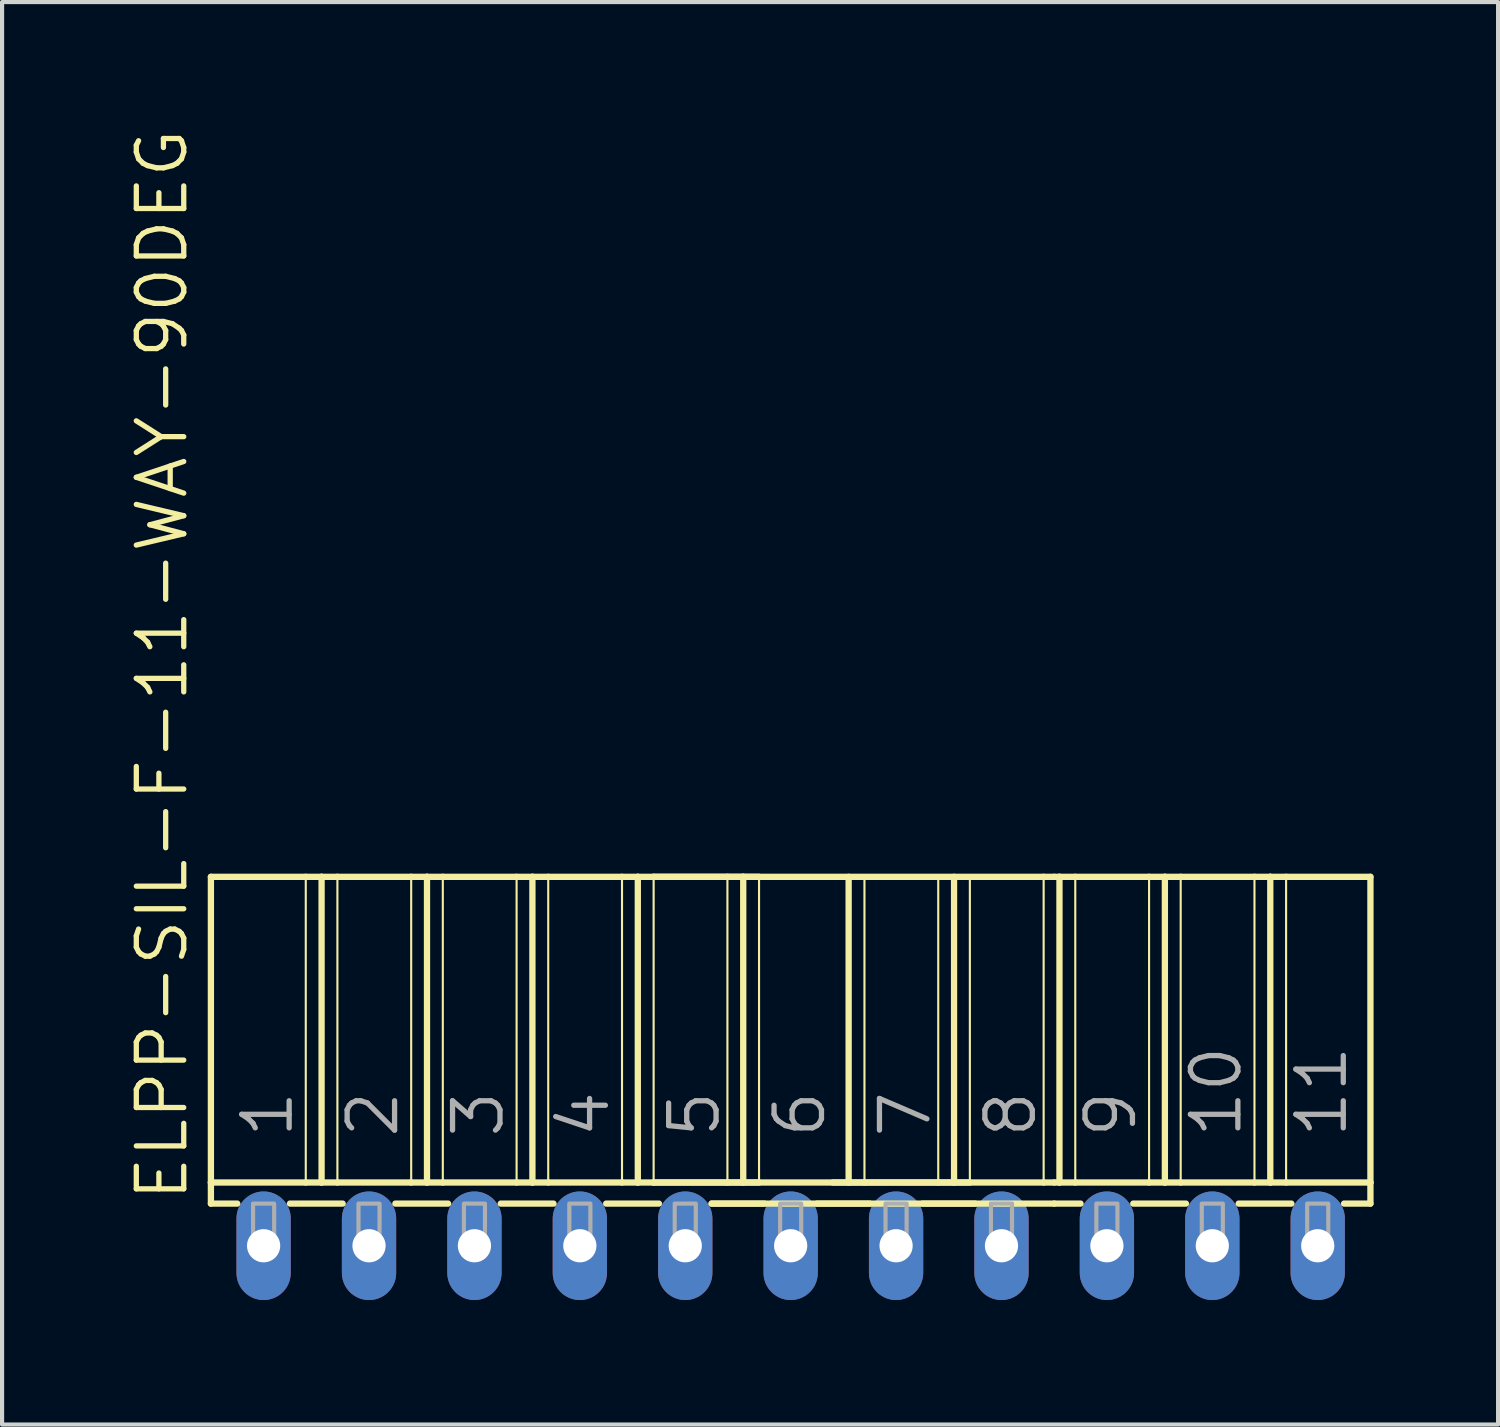
<source format=kicad_pcb>
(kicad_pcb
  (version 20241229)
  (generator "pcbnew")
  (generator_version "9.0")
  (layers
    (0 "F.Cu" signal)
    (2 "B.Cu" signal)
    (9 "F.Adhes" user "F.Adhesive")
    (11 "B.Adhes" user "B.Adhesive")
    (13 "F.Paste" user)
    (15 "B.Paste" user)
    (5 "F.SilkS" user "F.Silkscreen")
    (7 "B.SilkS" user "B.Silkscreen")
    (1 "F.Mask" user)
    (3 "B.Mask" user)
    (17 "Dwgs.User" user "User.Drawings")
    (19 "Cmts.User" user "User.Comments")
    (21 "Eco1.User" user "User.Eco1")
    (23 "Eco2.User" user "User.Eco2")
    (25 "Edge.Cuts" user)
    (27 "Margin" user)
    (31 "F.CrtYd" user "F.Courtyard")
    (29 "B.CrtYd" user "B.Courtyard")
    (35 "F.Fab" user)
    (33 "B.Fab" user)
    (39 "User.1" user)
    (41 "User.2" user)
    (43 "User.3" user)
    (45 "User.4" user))
  (footprint "ELPP-SIL-F-11-WAY-90DEG"
    (layer "F.Cu")
    (at 16.002 26.968)
    (property "Reference" "ELPP-SIL-F-11-WAY-90DEG" (at -14.478 -1.016 90) (unlocked yes) (layer "F.SilkS") (effects (font (size 1.143 1.143) (thickness 0.127)) (justify left bottom)))
    (fp_line (start -13.97 -8.89) (end -11.684 -8.89) (stroke (width 0.152) (type solid)) (layer "F.SilkS"))
    (fp_line (start -13.97 -1.524) (end -13.97 -8.89) (stroke (width 0.152) (type solid)) (layer "F.SilkS"))
    (fp_line (start -13.97 -1.524) (end -11.684 -1.524) (stroke (width 0.152) (type solid)) (layer "F.SilkS"))
    (fp_line (start -13.97 -1.016) (end -13.97 -1.524) (stroke (width 0.152) (type solid)) (layer "F.SilkS"))
    (fp_line (start -13.97 -1.016) (end -13.335 -1.016) (stroke (width 0.152) (type solid)) (layer "F.SilkS"))
    (fp_line (start -12.065 -1.016) (end -10.795 -1.016) (stroke (width 0.152) (type solid)) (layer "F.SilkS"))
    (fp_line (start -11.684 -8.89) (end -11.684 -1.524) (stroke (width 0.051) (type solid)) (layer "F.SilkS"))
    (fp_line (start -11.684 -8.89) (end -11.303 -8.89) (stroke (width 0.152) (type solid)) (layer "F.SilkS"))
    (fp_line (start -11.684 -1.524) (end -11.303 -1.524) (stroke (width 0.152) (type solid)) (layer "F.SilkS"))
    (fp_line (start -11.303 -8.89) (end -11.303 -1.524) (stroke (width 0.152) (type solid)) (layer "F.SilkS"))
    (fp_line (start -11.303 -8.89) (end -10.922 -8.89) (stroke (width 0.152) (type solid)) (layer "F.SilkS"))
    (fp_line (start -11.303 -1.524) (end -10.922 -1.524) (stroke (width 0.152) (type solid)) (layer "F.SilkS"))
    (fp_line (start -10.922 -8.89) (end -10.922 -1.524) (stroke (width 0.051) (type solid)) (layer "F.SilkS"))
    (fp_line (start -10.922 -8.89) (end -9.144 -8.89) (stroke (width 0.152) (type solid)) (layer "F.SilkS"))
    (fp_line (start -10.922 -1.524) (end -9.144 -1.524) (stroke (width 0.152) (type solid)) (layer "F.SilkS"))
    (fp_line (start -9.525 -1.016) (end -8.255 -1.016) (stroke (width 0.152) (type solid)) (layer "F.SilkS"))
    (fp_line (start -9.144 -8.89) (end -9.144 -1.524) (stroke (width 0.051) (type solid)) (layer "F.SilkS"))
    (fp_line (start -9.144 -8.89) (end -8.763 -8.89) (stroke (width 0.152) (type solid)) (layer "F.SilkS"))
    (fp_line (start -9.144 -1.524) (end -8.763 -1.524) (stroke (width 0.152) (type solid)) (layer "F.SilkS"))
    (fp_line (start -8.763 -8.89) (end -8.763 -1.524) (stroke (width 0.152) (type solid)) (layer "F.SilkS"))
    (fp_line (start -8.763 -8.89) (end -8.382 -8.89) (stroke (width 0.152) (type solid)) (layer "F.SilkS"))
    (fp_line (start -8.763 -1.524) (end -8.382 -1.524) (stroke (width 0.152) (type solid)) (layer "F.SilkS"))
    (fp_line (start -8.382 -8.89) (end -8.382 -1.524) (stroke (width 0.051) (type solid)) (layer "F.SilkS"))
    (fp_line (start -8.382 -8.89) (end -6.604 -8.89) (stroke (width 0.152) (type solid)) (layer "F.SilkS"))
    (fp_line (start -8.382 -1.524) (end -6.604 -1.524) (stroke (width 0.152) (type solid)) (layer "F.SilkS"))
    (fp_line (start -6.985 -1.016) (end -5.715 -1.016) (stroke (width 0.152) (type solid)) (layer "F.SilkS"))
    (fp_line (start -6.604 -8.89) (end -6.604 -1.524) (stroke (width 0.051) (type solid)) (layer "F.SilkS"))
    (fp_line (start -6.604 -8.89) (end -6.223 -8.89) (stroke (width 0.152) (type solid)) (layer "F.SilkS"))
    (fp_line (start -6.604 -1.524) (end -6.223 -1.524) (stroke (width 0.152) (type solid)) (layer "F.SilkS"))
    (fp_line (start -6.223 -8.89) (end -6.223 -1.524) (stroke (width 0.152) (type solid)) (layer "F.SilkS"))
    (fp_line (start -6.223 -8.89) (end -5.842 -8.89) (stroke (width 0.152) (type solid)) (layer "F.SilkS"))
    (fp_line (start -6.223 -1.524) (end -5.842 -1.524) (stroke (width 0.152) (type solid)) (layer "F.SilkS"))
    (fp_line (start -5.842 -8.89) (end -5.842 -1.524) (stroke (width 0.051) (type solid)) (layer "F.SilkS"))
    (fp_line (start -5.842 -8.89) (end -4.064 -8.89) (stroke (width 0.152) (type solid)) (layer "F.SilkS"))
    (fp_line (start -5.842 -1.524) (end -4.064 -1.524) (stroke (width 0.152) (type solid)) (layer "F.SilkS"))
    (fp_line (start -4.445 -1.016) (end -3.175 -1.016) (stroke (width 0.152) (type solid)) (layer "F.SilkS"))
    (fp_line (start -4.064 -8.89) (end -4.064 -1.524) (stroke (width 0.051) (type solid)) (layer "F.SilkS"))
    (fp_line (start -4.064 -8.89) (end -3.683 -8.89) (stroke (width 0.152) (type solid)) (layer "F.SilkS"))
    (fp_line (start -4.064 -1.524) (end -3.683 -1.524) (stroke (width 0.152) (type solid)) (layer "F.SilkS"))
    (fp_line (start -3.683 -8.89) (end -3.683 -1.524) (stroke (width 0.152) (type solid)) (layer "F.SilkS"))
    (fp_line (start -3.683 -8.89) (end -3.302 -8.89) (stroke (width 0.152) (type solid)) (layer "F.SilkS"))
    (fp_line (start -3.683 -1.524) (end -3.302 -1.524) (stroke (width 0.152) (type solid)) (layer "F.SilkS"))
    (fp_line (start -3.302 -8.89) (end -3.302 -1.524) (stroke (width 0.051) (type solid)) (layer "F.SilkS"))
    (fp_line (start -3.302 -8.89) (end -1.524 -8.89) (stroke (width 0.152) (type solid)) (layer "F.SilkS"))
    (fp_line (start -3.302 -8.89) (end 6.096 -8.89) (stroke (width 0.152) (type solid)) (layer "F.SilkS"))
    (fp_line (start -3.302 -1.524) (end -1.524 -1.524) (stroke (width 0.152) (type solid)) (layer "F.SilkS"))
    (fp_line (start -3.302 -1.524) (end 6.096 -1.524) (stroke (width 0.152) (type solid)) (layer "F.SilkS"))
    (fp_line (start -1.905 -1.016) (end -0.635 -1.016) (stroke (width 0.152) (type solid)) (layer "F.SilkS"))
    (fp_line (start -1.905 -1.016) (end 6.35 -1.016) (stroke (width 0.152) (type solid)) (layer "F.SilkS"))
    (fp_line (start -1.524 -8.89) (end -1.524 -1.524) (stroke (width 0.051) (type solid)) (layer "F.SilkS"))
    (fp_line (start -1.524 -8.89) (end -1.143 -8.89) (stroke (width 0.152) (type solid)) (layer "F.SilkS"))
    (fp_line (start -1.524 -1.524) (end -1.143 -1.524) (stroke (width 0.152) (type solid)) (layer "F.SilkS"))
    (fp_line (start -1.143 -8.89) (end -1.143 -1.524) (stroke (width 0.152) (type solid)) (layer "F.SilkS"))
    (fp_line (start -1.143 -8.89) (end -0.762 -8.89) (stroke (width 0.152) (type solid)) (layer "F.SilkS"))
    (fp_line (start -1.143 -1.524) (end -0.762 -1.524) (stroke (width 0.152) (type solid)) (layer "F.SilkS"))
    (fp_line (start -0.762 -8.89) (end -0.762 -1.524) (stroke (width 0.051) (type solid)) (layer "F.SilkS"))
    (fp_line (start 0.635 -1.016) (end 1.905 -1.016) (stroke (width 0.152) (type solid)) (layer "F.SilkS"))
    (fp_line (start 1.016 -1.524) (end 1.397 -1.524) (stroke (width 0.152) (type solid)) (layer "F.SilkS"))
    (fp_line (start 1.397 -8.89) (end 1.397 -1.524) (stroke (width 0.152) (type solid)) (layer "F.SilkS"))
    (fp_line (start 1.397 -1.524) (end 1.778 -1.524) (stroke (width 0.152) (type solid)) (layer "F.SilkS"))
    (fp_line (start 1.778 -8.89) (end 1.778 -1.524) (stroke (width 0.051) (type solid)) (layer "F.SilkS"))
    (fp_line (start 1.778 -1.524) (end 3.556 -1.524) (stroke (width 0.152) (type solid)) (layer "F.SilkS"))
    (fp_line (start 3.175 -1.016) (end 4.445 -1.016) (stroke (width 0.152) (type solid)) (layer "F.SilkS"))
    (fp_line (start 3.556 -8.89) (end 3.556 -1.524) (stroke (width 0.051) (type solid)) (layer "F.SilkS"))
    (fp_line (start 3.556 -1.524) (end 3.937 -1.524) (stroke (width 0.152) (type solid)) (layer "F.SilkS"))
    (fp_line (start 3.937 -8.89) (end 3.937 -1.524) (stroke (width 0.152) (type solid)) (layer "F.SilkS"))
    (fp_line (start 3.937 -1.524) (end 4.318 -1.524) (stroke (width 0.152) (type solid)) (layer "F.SilkS"))
    (fp_line (start 4.318 -8.89) (end 4.318 -1.524) (stroke (width 0.051) (type solid)) (layer "F.SilkS"))
    (fp_line (start 6.096 -8.89) (end 6.096 -1.524) (stroke (width 0.051) (type solid)) (layer "F.SilkS"))
    (fp_line (start 6.096 -8.89) (end 6.35 -8.89) (stroke (width 0.152) (type solid)) (layer "F.SilkS"))
    (fp_line (start 6.096 -1.524) (end 6.35 -1.524) (stroke (width 0.152) (type solid)) (layer "F.SilkS"))
    (fp_line (start 6.35 -8.89) (end 6.477 -8.89) (stroke (width 0.152) (type solid)) (layer "F.SilkS"))
    (fp_line (start 6.35 -1.524) (end 6.477 -1.524) (stroke (width 0.152) (type solid)) (layer "F.SilkS"))
    (fp_line (start 6.35 -1.016) (end 6.985 -1.016) (stroke (width 0.152) (type solid)) (layer "F.SilkS"))
    (fp_line (start 6.477 -8.89) (end 6.477 -1.524) (stroke (width 0.152) (type solid)) (layer "F.SilkS"))
    (fp_line (start 6.477 -8.89) (end 6.858 -8.89) (stroke (width 0.152) (type solid)) (layer "F.SilkS"))
    (fp_line (start 6.477 -1.524) (end 6.858 -1.524) (stroke (width 0.152) (type solid)) (layer "F.SilkS"))
    (fp_line (start 6.858 -8.89) (end 6.858 -1.524) (stroke (width 0.051) (type solid)) (layer "F.SilkS"))
    (fp_line (start 6.858 -8.89) (end 8.636 -8.89) (stroke (width 0.152) (type solid)) (layer "F.SilkS"))
    (fp_line (start 6.858 -1.524) (end 8.636 -1.524) (stroke (width 0.152) (type solid)) (layer "F.SilkS"))
    (fp_line (start 8.255 -1.016) (end 9.525 -1.016) (stroke (width 0.152) (type solid)) (layer "F.SilkS"))
    (fp_line (start 8.636 -8.89) (end 8.636 -1.524) (stroke (width 0.051) (type solid)) (layer "F.SilkS"))
    (fp_line (start 8.636 -8.89) (end 9.017 -8.89) (stroke (width 0.152) (type solid)) (layer "F.SilkS"))
    (fp_line (start 8.636 -1.524) (end 9.017 -1.524) (stroke (width 0.152) (type solid)) (layer "F.SilkS"))
    (fp_line (start 9.017 -8.89) (end 9.017 -1.524) (stroke (width 0.152) (type solid)) (layer "F.SilkS"))
    (fp_line (start 9.017 -8.89) (end 9.398 -8.89) (stroke (width 0.152) (type solid)) (layer "F.SilkS"))
    (fp_line (start 9.017 -1.524) (end 9.398 -1.524) (stroke (width 0.152) (type solid)) (layer "F.SilkS"))
    (fp_line (start 9.398 -8.89) (end 9.398 -1.524) (stroke (width 0.051) (type solid)) (layer "F.SilkS"))
    (fp_line (start 9.398 -8.89) (end 11.176 -8.89) (stroke (width 0.152) (type solid)) (layer "F.SilkS"))
    (fp_line (start 9.398 -1.524) (end 11.176 -1.524) (stroke (width 0.152) (type solid)) (layer "F.SilkS"))
    (fp_line (start 10.795 -1.016) (end 12.065 -1.016) (stroke (width 0.152) (type solid)) (layer "F.SilkS"))
    (fp_line (start 11.176 -8.89) (end 11.176 -1.524) (stroke (width 0.051) (type solid)) (layer "F.SilkS"))
    (fp_line (start 11.176 -8.89) (end 11.557 -8.89) (stroke (width 0.152) (type solid)) (layer "F.SilkS"))
    (fp_line (start 11.176 -1.524) (end 11.557 -1.524) (stroke (width 0.152) (type solid)) (layer "F.SilkS"))
    (fp_line (start 11.557 -8.89) (end 11.557 -1.524) (stroke (width 0.152) (type solid)) (layer "F.SilkS"))
    (fp_line (start 11.557 -8.89) (end 11.938 -8.89) (stroke (width 0.152) (type solid)) (layer "F.SilkS"))
    (fp_line (start 11.557 -1.524) (end 11.938 -1.524) (stroke (width 0.152) (type solid)) (layer "F.SilkS"))
    (fp_line (start 11.938 -8.89) (end 11.938 -1.524) (stroke (width 0.051) (type solid)) (layer "F.SilkS"))
    (fp_line (start 11.938 -8.89) (end 13.97 -8.89) (stroke (width 0.152) (type solid)) (layer "F.SilkS"))
    (fp_line (start 11.938 -1.524) (end 13.97 -1.524) (stroke (width 0.152) (type solid)) (layer "F.SilkS"))
    (fp_line (start 13.335 -1.016) (end 13.97 -1.016) (stroke (width 0.152) (type solid)) (layer "F.SilkS"))
    (fp_line (start 13.97 -8.89) (end 13.97 -1.524) (stroke (width 0.152) (type solid)) (layer "F.SilkS"))
    (fp_line (start 13.97 -1.524) (end 13.97 -1.016) (stroke (width 0.152) (type solid)) (layer "F.SilkS"))
    (fp_poly (pts (xy -12.954 0) (xy -12.446 0) (xy -12.446 -1.016) (xy -12.954 -1.016)) (stroke (width 0.1) (type default)) (fill no) (layer "F.Fab"))
    (fp_poly (pts (xy -10.414 0) (xy -9.906 0) (xy -9.906 -1.016) (xy -10.414 -1.016)) (stroke (width 0.1) (type default)) (fill no) (layer "F.Fab"))
    (fp_poly (pts (xy -7.874 0) (xy -7.366 0) (xy -7.366 -1.016) (xy -7.874 -1.016)) (stroke (width 0.1) (type default)) (fill no) (layer "F.Fab"))
    (fp_poly (pts (xy -5.334 0) (xy -4.826 0) (xy -4.826 -1.016) (xy -5.334 -1.016)) (stroke (width 0.1) (type default)) (fill no) (layer "F.Fab"))
    (fp_poly (pts (xy -2.794 0) (xy -2.286 0) (xy -2.286 -1.016) (xy -2.794 -1.016)) (stroke (width 0.1) (type default)) (fill no) (layer "F.Fab"))
    (fp_poly (pts (xy -0.254 0) (xy 0.254 0) (xy 0.254 -1.016) (xy -0.254 -1.016)) (stroke (width 0.1) (type default)) (fill no) (layer "F.Fab"))
    (fp_poly (pts (xy 2.286 0) (xy 2.794 0) (xy 2.794 -1.016) (xy 2.286 -1.016)) (stroke (width 0.1) (type default)) (fill no) (layer "F.Fab"))
    (fp_poly (pts (xy 4.826 0) (xy 5.334 0) (xy 5.334 -1.016) (xy 4.826 -1.016)) (stroke (width 0.1) (type default)) (fill no) (layer "F.Fab"))
    (fp_poly (pts (xy 7.366 0) (xy 7.874 0) (xy 7.874 -1.016) (xy 7.366 -1.016)) (stroke (width 0.1) (type default)) (fill no) (layer "F.Fab"))
    (fp_poly (pts (xy 9.906 0) (xy 10.414 0) (xy 10.414 -1.016) (xy 9.906 -1.016)) (stroke (width 0.1) (type default)) (fill no) (layer "F.Fab"))
    (fp_poly (pts (xy 12.446 0) (xy 12.954 0) (xy 12.954 -1.016) (xy 12.446 -1.016)) (stroke (width 0.1) (type default)) (fill no) (layer "F.Fab"))
    (fp_text user "2" (at -9.398 -2.54 90) (layer "F.Fab") (effects (font (size 1.143 1.143) (thickness 0.127)) (justify left bottom)))
    (fp_text user "7" (at 3.429 -2.54 90) (layer "F.Fab") (effects (font (size 1.143 1.143) (thickness 0.127)) (justify left bottom)))
    (fp_text user "10" (at 10.922 -2.54 90) (layer "F.Fab") (effects (font (size 1.143 1.143) (thickness 0.127)) (justify left bottom)))
    (fp_text user "5" (at -1.651 -2.54 90) (layer "F.Fab") (effects (font (size 1.143 1.143) (thickness 0.127)) (justify left bottom)))
    (fp_text user "1" (at -11.938 -2.54 90) (layer "F.Fab") (effects (font (size 1.143 1.143) (thickness 0.127)) (justify left bottom)))
    (fp_text user "9" (at 8.382 -2.54 90) (layer "F.Fab") (effects (font (size 1.143 1.143) (thickness 0.127)) (justify left bottom)))
    (fp_text user "6" (at 0.889 -2.54 90) (layer "F.Fab") (effects (font (size 1.143 1.143) (thickness 0.127)) (justify left bottom)))
    (fp_text user "4" (at -4.318 -2.54 90) (layer "F.Fab") (effects (font (size 1.143 1.143) (thickness 0.127)) (justify left bottom)))
    (fp_text user "11" (at 13.462 -2.54 90) (layer "F.Fab") (effects (font (size 1.143 1.143) (thickness 0.127)) (justify left bottom)))
    (fp_text user "3" (at -6.858 -2.54 90) (layer "F.Fab") (effects (font (size 1.143 1.143) (thickness 0.127)) (justify left bottom)))
    (fp_text user "8" (at 5.969 -2.54 90) (layer "F.Fab") (effects (font (size 1.143 1.143) (thickness 0.127)) (justify left bottom)))
    (pad "1" thru_hole oval (at -12.7 0 90) (size 2.616 1.308) (drill 0.8) (layers "*.Cu" "*.Mask"))
    (pad "2" thru_hole oval (at -10.16 0 90) (size 2.616 1.308) (drill 0.8) (layers "*.Cu" "*.Mask"))
    (pad "3" thru_hole oval (at -7.62 0 90) (size 2.616 1.308) (drill 0.8) (layers "*.Cu" "*.Mask"))
    (pad "4" thru_hole oval (at -5.08 0 90) (size 2.616 1.308) (drill 0.8) (layers "*.Cu" "*.Mask"))
    (pad "5" thru_hole oval (at -2.54 0 90) (size 2.616 1.308) (drill 0.8) (layers "*.Cu" "*.Mask"))
    (pad "6" thru_hole oval (at 0 0 90) (size 2.616 1.308) (drill 0.8) (layers "*.Cu" "*.Mask"))
    (pad "7" thru_hole oval (at 2.54 0 90) (size 2.616 1.308) (drill 0.8) (layers "*.Cu" "*.Mask"))
    (pad "8" thru_hole oval (at 5.08 0 90) (size 2.616 1.308) (drill 0.8) (layers "*.Cu" "*.Mask"))
    (pad "9" thru_hole oval (at 7.62 0 90) (size 2.616 1.308) (drill 0.8) (layers "*.Cu" "*.Mask"))
    (pad "10" thru_hole oval (at 10.16 0 90) (size 2.616 1.308) (drill 0.8) (layers "*.Cu" "*.Mask"))
    (pad "11" thru_hole oval (at 12.7 0 90) (size 2.616 1.308) (drill 0.8) (layers "*.Cu" "*.Mask")))
  (gr_rect
    (start -3 -3)
    (end 33.048 31.276)
    (stroke (width 0.1) (type default))
    (fill no)
    (layer "Edge.Cuts")))
</source>
